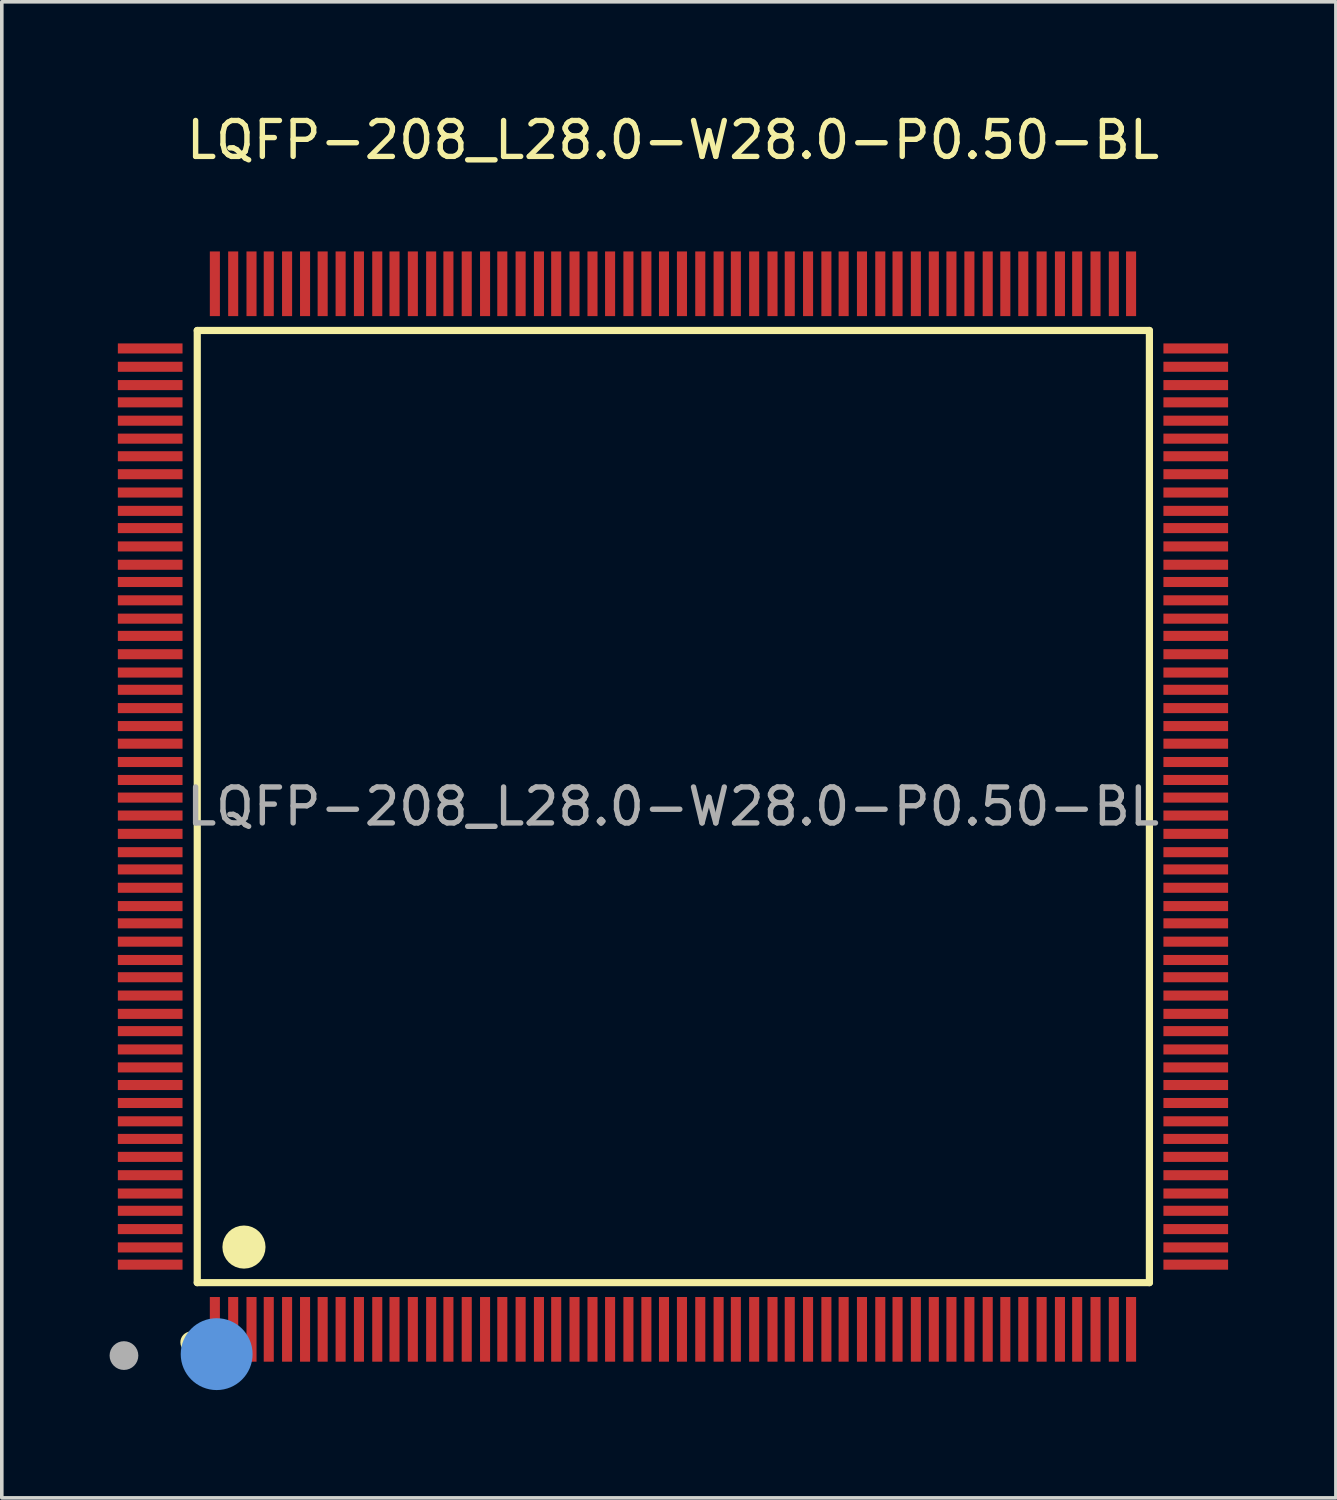
<source format=kicad_pcb>
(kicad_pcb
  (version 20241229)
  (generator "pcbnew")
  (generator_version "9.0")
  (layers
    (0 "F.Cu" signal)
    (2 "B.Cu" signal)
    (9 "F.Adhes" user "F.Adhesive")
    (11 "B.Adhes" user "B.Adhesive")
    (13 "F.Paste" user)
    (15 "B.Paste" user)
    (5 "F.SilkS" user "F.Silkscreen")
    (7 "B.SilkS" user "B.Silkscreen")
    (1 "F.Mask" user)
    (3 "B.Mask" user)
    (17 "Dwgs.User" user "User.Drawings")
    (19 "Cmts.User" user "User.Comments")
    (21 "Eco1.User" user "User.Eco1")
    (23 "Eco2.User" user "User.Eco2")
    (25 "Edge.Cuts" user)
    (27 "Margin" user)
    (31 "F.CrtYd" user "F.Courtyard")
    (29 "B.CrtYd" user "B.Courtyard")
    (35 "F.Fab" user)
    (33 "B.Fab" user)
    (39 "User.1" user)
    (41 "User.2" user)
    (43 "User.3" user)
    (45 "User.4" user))
  (footprint "LQFP-208_L28.0-W28.0-P0.50-BL"
    (layer "F.Cu")
    (at 15.68 19.398)
    (property "Reference" "LQFP-208_L28.0-W28.0-P0.50-BL" (at 0 -18.55 0) (layer "F.SilkS") (effects (font (size 1 1) (thickness 0.15))))
    (attr through_hole)
    (fp_line (start -13.24 -13.25) (end -13.24 13.25) (stroke (width 0.2) (type solid)) (layer "F.SilkS"))
    (fp_line (start -13.24 13.25) (end 13.26 13.25) (stroke (width 0.2) (type solid)) (layer "F.SilkS"))
    (fp_line (start 13.26 -13.25) (end -13.24 -13.25) (stroke (width 0.2) (type solid)) (layer "F.SilkS"))
    (fp_line (start 13.26 13.25) (end 13.26 -13.25) (stroke (width 0.2) (type solid)) (layer "F.SilkS"))
    (fp_arc (start -13.26 14.91) (mid -13.559917 14.914999) (end -13.260333 14.900007) (stroke (width 0.3) (type solid)) (layer "F.SilkS"))
    (fp_arc (start -11.94 12.26) (mid -11.94 12.26) (end -11.94 12.26) (stroke (width 0.6) (type solid)) (layer "F.SilkS"))
    (fp_circle (center -12.7 15.24) (end -12.2 15.24) (stroke (width 1) (type solid)) (fill no) (layer "Cmts.User"))
    (fp_circle (center -15.28 15.28) (end -15.08 15.28) (stroke (width 0.4) (type solid)) (fill no) (layer "F.Fab"))
    (fp_text user "${REFERENCE}" (at 0 0 0) (layer "F.Fab") (effects (font (size 1 1) (thickness 0.15))))
    (pad "1" smd rect (at -12.75 14.55 180) (size 0.28 1.8) (layers "F.Cu" "F.Mask" "F.Paste"))
    (pad "2" smd rect (at -12.24 14.55 180) (size 0.28 1.8) (layers "F.Cu" "F.Mask" "F.Paste"))
    (pad "3" smd rect (at -11.73 14.55 180) (size 0.28 1.8) (layers "F.Cu" "F.Mask" "F.Paste"))
    (pad "4" smd rect (at -11.25 14.55 180) (size 0.28 1.8) (layers "F.Cu" "F.Mask" "F.Paste"))
    (pad "5" smd rect (at -10.74 14.55 180) (size 0.28 1.8) (layers "F.Cu" "F.Mask" "F.Paste"))
    (pad "6" smd rect (at -10.24 14.55 180) (size 0.28 1.8) (layers "F.Cu" "F.Mask" "F.Paste"))
    (pad "7" smd rect (at -9.75 14.55 180) (size 0.28 1.8) (layers "F.Cu" "F.Mask" "F.Paste"))
    (pad "8" smd rect (at -9.25 14.55 180) (size 0.28 1.8) (layers "F.Cu" "F.Mask" "F.Paste"))
    (pad "9" smd rect (at -8.74 14.55 180) (size 0.28 1.8) (layers "F.Cu" "F.Mask" "F.Paste"))
    (pad "10" smd rect (at -8.23 14.55 180) (size 0.28 1.8) (layers "F.Cu" "F.Mask" "F.Paste"))
    (pad "11" smd rect (at -7.75 14.55 180) (size 0.28 1.8) (layers "F.Cu" "F.Mask" "F.Paste"))
    (pad "12" smd rect (at -7.24 14.55 180) (size 0.28 1.8) (layers "F.Cu" "F.Mask" "F.Paste"))
    (pad "13" smd rect (at -6.73 14.55 180) (size 0.28 1.8) (layers "F.Cu" "F.Mask" "F.Paste"))
    (pad "14" smd rect (at -6.25 14.55 180) (size 0.28 1.8) (layers "F.Cu" "F.Mask" "F.Paste"))
    (pad "15" smd rect (at -5.74 14.55 180) (size 0.28 1.8) (layers "F.Cu" "F.Mask" "F.Paste"))
    (pad "16" smd rect (at -5.23 14.55 180) (size 0.28 1.8) (layers "F.Cu" "F.Mask" "F.Paste"))
    (pad "17" smd rect (at -4.75 14.55 180) (size 0.28 1.8) (layers "F.Cu" "F.Mask" "F.Paste"))
    (pad "18" smd rect (at -4.24 14.55 180) (size 0.28 1.8) (layers "F.Cu" "F.Mask" "F.Paste"))
    (pad "19" smd rect (at -3.73 14.55 180) (size 0.28 1.8) (layers "F.Cu" "F.Mask" "F.Paste"))
    (pad "20" smd rect (at -3.25 14.55 180) (size 0.28 1.8) (layers "F.Cu" "F.Mask" "F.Paste"))
    (pad "21" smd rect (at -2.74 14.55 180) (size 0.28 1.8) (layers "F.Cu" "F.Mask" "F.Paste"))
    (pad "22" smd rect (at -2.24 14.55 180) (size 0.28 1.8) (layers "F.Cu" "F.Mask" "F.Paste"))
    (pad "23" smd rect (at -1.75 14.55 180) (size 0.28 1.8) (layers "F.Cu" "F.Mask" "F.Paste"))
    (pad "24" smd rect (at -1.24 14.55 180) (size 0.28 1.8) (layers "F.Cu" "F.Mask" "F.Paste"))
    (pad "25" smd rect (at -0.74 14.55 180) (size 0.28 1.8) (layers "F.Cu" "F.Mask" "F.Paste"))
    (pad "26" smd rect (at -0.25 14.55 180) (size 0.28 1.8) (layers "F.Cu" "F.Mask" "F.Paste"))
    (pad "27" smd rect (at 0.25 14.55 180) (size 0.28 1.8) (layers "F.Cu" "F.Mask" "F.Paste"))
    (pad "28" smd rect (at 0.76 14.55 180) (size 0.28 1.8) (layers "F.Cu" "F.Mask" "F.Paste"))
    (pad "29" smd rect (at 1.27 14.55 180) (size 0.28 1.8) (layers "F.Cu" "F.Mask" "F.Paste"))
    (pad "30" smd rect (at 1.75 14.55 180) (size 0.28 1.8) (layers "F.Cu" "F.Mask" "F.Paste"))
    (pad "31" smd rect (at 2.26 14.55 180) (size 0.28 1.8) (layers "F.Cu" "F.Mask" "F.Paste"))
    (pad "32" smd rect (at 2.77 14.55 180) (size 0.28 1.8) (layers "F.Cu" "F.Mask" "F.Paste"))
    (pad "33" smd rect (at 3.25 14.55 180) (size 0.28 1.8) (layers "F.Cu" "F.Mask" "F.Paste"))
    (pad "34" smd rect (at 3.76 14.55 180) (size 0.28 1.8) (layers "F.Cu" "F.Mask" "F.Paste"))
    (pad "35" smd rect (at 4.27 14.55 180) (size 0.28 1.8) (layers "F.Cu" "F.Mask" "F.Paste"))
    (pad "36" smd rect (at 4.75 14.55 180) (size 0.28 1.8) (layers "F.Cu" "F.Mask" "F.Paste"))
    (pad "37" smd rect (at 5.26 14.55 180) (size 0.28 1.8) (layers "F.Cu" "F.Mask" "F.Paste"))
    (pad "38" smd rect (at 5.77 14.55 180) (size 0.28 1.8) (layers "F.Cu" "F.Mask" "F.Paste"))
    (pad "39" smd rect (at 6.25 14.55 180) (size 0.28 1.8) (layers "F.Cu" "F.Mask" "F.Paste"))
    (pad "40" smd rect (at 6.76 14.55 180) (size 0.28 1.8) (layers "F.Cu" "F.Mask" "F.Paste"))
    (pad "41" smd rect (at 7.26 14.55 180) (size 0.28 1.8) (layers "F.Cu" "F.Mask" "F.Paste"))
    (pad "42" smd rect (at 7.75 14.55 180) (size 0.28 1.8) (layers "F.Cu" "F.Mask" "F.Paste"))
    (pad "43" smd rect (at 8.25 14.55 180) (size 0.28 1.8) (layers "F.Cu" "F.Mask" "F.Paste"))
    (pad "44" smd rect (at 8.76 14.55 180) (size 0.28 1.8) (layers "F.Cu" "F.Mask" "F.Paste"))
    (pad "45" smd rect (at 9.25 14.55 180) (size 0.28 1.8) (layers "F.Cu" "F.Mask" "F.Paste"))
    (pad "46" smd rect (at 9.75 14.55 180) (size 0.28 1.8) (layers "F.Cu" "F.Mask" "F.Paste"))
    (pad "47" smd rect (at 10.26 14.55 180) (size 0.28 1.8) (layers "F.Cu" "F.Mask" "F.Paste"))
    (pad "48" smd rect (at 10.77 14.55 180) (size 0.28 1.8) (layers "F.Cu" "F.Mask" "F.Paste"))
    (pad "49" smd rect (at 11.25 14.55 180) (size 0.28 1.8) (layers "F.Cu" "F.Mask" "F.Paste"))
    (pad "50" smd rect (at 11.76 14.55 180) (size 0.28 1.8) (layers "F.Cu" "F.Mask" "F.Paste"))
    (pad "51" smd rect (at 12.27 14.55 180) (size 0.28 1.8) (layers "F.Cu" "F.Mask" "F.Paste"))
    (pad "52" smd rect (at 12.75 14.55 180) (size 0.28 1.8) (layers "F.Cu" "F.Mask" "F.Paste"))
    (pad "53" smd rect (at 14.55 12.75 90) (size 0.28 1.8) (layers "F.Cu" "F.Mask" "F.Paste"))
    (pad "54" smd rect (at 14.55 12.27 90) (size 0.28 1.8) (layers "F.Cu" "F.Mask" "F.Paste"))
    (pad "55" smd rect (at 14.55 11.76 90) (size 0.28 1.8) (layers "F.Cu" "F.Mask" "F.Paste"))
    (pad "56" smd rect (at 14.55 11.25 90) (size 0.28 1.8) (layers "F.Cu" "F.Mask" "F.Paste"))
    (pad "57" smd rect (at 14.55 10.77 90) (size 0.28 1.8) (layers "F.Cu" "F.Mask" "F.Paste"))
    (pad "58" smd rect (at 14.55 10.26 90) (size 0.28 1.8) (layers "F.Cu" "F.Mask" "F.Paste"))
    (pad "59" smd rect (at 14.55 9.75 90) (size 0.28 1.8) (layers "F.Cu" "F.Mask" "F.Paste"))
    (pad "60" smd rect (at 14.55 9.25 90) (size 0.28 1.8) (layers "F.Cu" "F.Mask" "F.Paste"))
    (pad "61" smd rect (at 14.55 8.76 90) (size 0.28 1.8) (layers "F.Cu" "F.Mask" "F.Paste"))
    (pad "62" smd rect (at 14.55 8.25 90) (size 0.28 1.8) (layers "F.Cu" "F.Mask" "F.Paste"))
    (pad "63" smd rect (at 14.55 7.75 90) (size 0.28 1.8) (layers "F.Cu" "F.Mask" "F.Paste"))
    (pad "64" smd rect (at 14.55 7.26 90) (size 0.28 1.8) (layers "F.Cu" "F.Mask" "F.Paste"))
    (pad "65" smd rect (at 14.55 6.76 90) (size 0.28 1.8) (layers "F.Cu" "F.Mask" "F.Paste"))
    (pad "66" smd rect (at 14.55 6.25 90) (size 0.28 1.8) (layers "F.Cu" "F.Mask" "F.Paste"))
    (pad "67" smd rect (at 14.55 5.77 90) (size 0.28 1.8) (layers "F.Cu" "F.Mask" "F.Paste"))
    (pad "68" smd rect (at 14.55 5.26 90) (size 0.28 1.8) (layers "F.Cu" "F.Mask" "F.Paste"))
    (pad "69" smd rect (at 14.55 4.75 90) (size 0.28 1.8) (layers "F.Cu" "F.Mask" "F.Paste"))
    (pad "70" smd rect (at 14.55 4.27 90) (size 0.28 1.8) (layers "F.Cu" "F.Mask" "F.Paste"))
    (pad "71" smd rect (at 14.55 3.76 90) (size 0.28 1.8) (layers "F.Cu" "F.Mask" "F.Paste"))
    (pad "72" smd rect (at 14.55 3.25 90) (size 0.28 1.8) (layers "F.Cu" "F.Mask" "F.Paste"))
    (pad "73" smd rect (at 14.55 2.77 90) (size 0.28 1.8) (layers "F.Cu" "F.Mask" "F.Paste"))
    (pad "74" smd rect (at 14.55 2.26 90) (size 0.28 1.8) (layers "F.Cu" "F.Mask" "F.Paste"))
    (pad "75" smd rect (at 14.55 1.75 90) (size 0.28 1.8) (layers "F.Cu" "F.Mask" "F.Paste"))
    (pad "76" smd rect (at 14.55 1.27 90) (size 0.28 1.8) (layers "F.Cu" "F.Mask" "F.Paste"))
    (pad "77" smd rect (at 14.55 0.76 90) (size 0.28 1.8) (layers "F.Cu" "F.Mask" "F.Paste"))
    (pad "78" smd rect (at 14.55 0.25 90) (size 0.28 1.8) (layers "F.Cu" "F.Mask" "F.Paste"))
    (pad "79" smd rect (at 14.55 -0.25 90) (size 0.28 1.8) (layers "F.Cu" "F.Mask" "F.Paste"))
    (pad "80" smd rect (at 14.55 -0.74 90) (size 0.28 1.8) (layers "F.Cu" "F.Mask" "F.Paste"))
    (pad "81" smd rect (at 14.55 -1.24 90) (size 0.28 1.8) (layers "F.Cu" "F.Mask" "F.Paste"))
    (pad "82" smd rect (at 14.55 -1.75 90) (size 0.28 1.8) (layers "F.Cu" "F.Mask" "F.Paste"))
    (pad "83" smd rect (at 14.55 -2.24 90) (size 0.28 1.8) (layers "F.Cu" "F.Mask" "F.Paste"))
    (pad "84" smd rect (at 14.55 -2.74 90) (size 0.28 1.8) (layers "F.Cu" "F.Mask" "F.Paste"))
    (pad "85" smd rect (at 14.55 -3.25 90) (size 0.28 1.8) (layers "F.Cu" "F.Mask" "F.Paste"))
    (pad "86" smd rect (at 14.55 -3.73 90) (size 0.28 1.8) (layers "F.Cu" "F.Mask" "F.Paste"))
    (pad "87" smd rect (at 14.55 -4.24 90) (size 0.28 1.8) (layers "F.Cu" "F.Mask" "F.Paste"))
    (pad "88" smd rect (at 14.55 -4.75 90) (size 0.28 1.8) (layers "F.Cu" "F.Mask" "F.Paste"))
    (pad "89" smd rect (at 14.55 -5.23 90) (size 0.28 1.8) (layers "F.Cu" "F.Mask" "F.Paste"))
    (pad "90" smd rect (at 14.55 -5.74 90) (size 0.28 1.8) (layers "F.Cu" "F.Mask" "F.Paste"))
    (pad "91" smd rect (at 14.55 -6.25 90) (size 0.28 1.8) (layers "F.Cu" "F.Mask" "F.Paste"))
    (pad "92" smd rect (at 14.55 -6.73 90) (size 0.28 1.8) (layers "F.Cu" "F.Mask" "F.Paste"))
    (pad "93" smd rect (at 14.55 -7.24 90) (size 0.28 1.8) (layers "F.Cu" "F.Mask" "F.Paste"))
    (pad "94" smd rect (at 14.55 -7.75 90) (size 0.28 1.8) (layers "F.Cu" "F.Mask" "F.Paste"))
    (pad "95" smd rect (at 14.55 -8.23 90) (size 0.28 1.8) (layers "F.Cu" "F.Mask" "F.Paste"))
    (pad "96" smd rect (at 14.55 -8.74 90) (size 0.28 1.8) (layers "F.Cu" "F.Mask" "F.Paste"))
    (pad "97" smd rect (at 14.55 -9.25 90) (size 0.28 1.8) (layers "F.Cu" "F.Mask" "F.Paste"))
    (pad "98" smd rect (at 14.55 -9.75 90) (size 0.28 1.8) (layers "F.Cu" "F.Mask" "F.Paste"))
    (pad "99" smd rect (at 14.55 -10.24 90) (size 0.28 1.8) (layers "F.Cu" "F.Mask" "F.Paste"))
    (pad "100" smd rect (at 14.55 -10.74 90) (size 0.28 1.8) (layers "F.Cu" "F.Mask" "F.Paste"))
    (pad "101" smd rect (at 14.55 -11.25 90) (size 0.28 1.8) (layers "F.Cu" "F.Mask" "F.Paste"))
    (pad "102" smd rect (at 14.55 -11.73 90) (size 0.28 1.8) (layers "F.Cu" "F.Mask" "F.Paste"))
    (pad "103" smd rect (at 14.55 -12.24 90) (size 0.28 1.8) (layers "F.Cu" "F.Mask" "F.Paste"))
    (pad "104" smd rect (at 14.55 -12.75 90) (size 0.28 1.8) (layers "F.Cu" "F.Mask" "F.Paste"))
    (pad "105" smd rect (at 12.75 -14.55 180) (size 0.28 1.8) (layers "F.Cu" "F.Mask" "F.Paste"))
    (pad "106" smd rect (at 12.27 -14.55 180) (size 0.28 1.8) (layers "F.Cu" "F.Mask" "F.Paste"))
    (pad "107" smd rect (at 11.76 -14.55 180) (size 0.28 1.8) (layers "F.Cu" "F.Mask" "F.Paste"))
    (pad "108" smd rect (at 11.25 -14.55 180) (size 0.28 1.8) (layers "F.Cu" "F.Mask" "F.Paste"))
    (pad "109" smd rect (at 10.77 -14.55 180) (size 0.28 1.8) (layers "F.Cu" "F.Mask" "F.Paste"))
    (pad "110" smd rect (at 10.26 -14.55 180) (size 0.28 1.8) (layers "F.Cu" "F.Mask" "F.Paste"))
    (pad "111" smd rect (at 9.75 -14.55 180) (size 0.28 1.8) (layers "F.Cu" "F.Mask" "F.Paste"))
    (pad "112" smd rect (at 9.25 -14.55 180) (size 0.28 1.8) (layers "F.Cu" "F.Mask" "F.Paste"))
    (pad "113" smd rect (at 8.76 -14.55 180) (size 0.28 1.8) (layers "F.Cu" "F.Mask" "F.Paste"))
    (pad "114" smd rect (at 8.25 -14.55 180) (size 0.28 1.8) (layers "F.Cu" "F.Mask" "F.Paste"))
    (pad "115" smd rect (at 7.75 -14.55 180) (size 0.28 1.8) (layers "F.Cu" "F.Mask" "F.Paste"))
    (pad "116" smd rect (at 7.26 -14.55 180) (size 0.28 1.8) (layers "F.Cu" "F.Mask" "F.Paste"))
    (pad "117" smd rect (at 6.76 -14.55 180) (size 0.28 1.8) (layers "F.Cu" "F.Mask" "F.Paste"))
    (pad "118" smd rect (at 6.25 -14.55 180) (size 0.28 1.8) (layers "F.Cu" "F.Mask" "F.Paste"))
    (pad "119" smd rect (at 5.77 -14.55 180) (size 0.28 1.8) (layers "F.Cu" "F.Mask" "F.Paste"))
    (pad "120" smd rect (at 5.26 -14.55 180) (size 0.28 1.8) (layers "F.Cu" "F.Mask" "F.Paste"))
    (pad "121" smd rect (at 4.75 -14.55 180) (size 0.28 1.8) (layers "F.Cu" "F.Mask" "F.Paste"))
    (pad "122" smd rect (at 4.27 -14.55 180) (size 0.28 1.8) (layers "F.Cu" "F.Mask" "F.Paste"))
    (pad "123" smd rect (at 3.76 -14.55 180) (size 0.28 1.8) (layers "F.Cu" "F.Mask" "F.Paste"))
    (pad "124" smd rect (at 3.25 -14.55 180) (size 0.28 1.8) (layers "F.Cu" "F.Mask" "F.Paste"))
    (pad "125" smd rect (at 2.77 -14.55 180) (size 0.28 1.8) (layers "F.Cu" "F.Mask" "F.Paste"))
    (pad "126" smd rect (at 2.26 -14.55 180) (size 0.28 1.8) (layers "F.Cu" "F.Mask" "F.Paste"))
    (pad "127" smd rect (at 1.75 -14.55 180) (size 0.28 1.8) (layers "F.Cu" "F.Mask" "F.Paste"))
    (pad "128" smd rect (at 1.27 -14.55 180) (size 0.28 1.8) (layers "F.Cu" "F.Mask" "F.Paste"))
    (pad "129" smd rect (at 0.76 -14.55 180) (size 0.28 1.8) (layers "F.Cu" "F.Mask" "F.Paste"))
    (pad "130" smd rect (at 0.25 -14.55 180) (size 0.28 1.8) (layers "F.Cu" "F.Mask" "F.Paste"))
    (pad "131" smd rect (at -0.25 -14.55 180) (size 0.28 1.8) (layers "F.Cu" "F.Mask" "F.Paste"))
    (pad "132" smd rect (at -0.74 -14.55 180) (size 0.28 1.8) (layers "F.Cu" "F.Mask" "F.Paste"))
    (pad "133" smd rect (at -1.24 -14.55 180) (size 0.28 1.8) (layers "F.Cu" "F.Mask" "F.Paste"))
    (pad "134" smd rect (at -1.75 -14.55 180) (size 0.28 1.8) (layers "F.Cu" "F.Mask" "F.Paste"))
    (pad "135" smd rect (at -2.24 -14.55 180) (size 0.28 1.8) (layers "F.Cu" "F.Mask" "F.Paste"))
    (pad "136" smd rect (at -2.74 -14.55 180) (size 0.28 1.8) (layers "F.Cu" "F.Mask" "F.Paste"))
    (pad "137" smd rect (at -3.25 -14.55 180) (size 0.28 1.8) (layers "F.Cu" "F.Mask" "F.Paste"))
    (pad "138" smd rect (at -3.73 -14.55 180) (size 0.28 1.8) (layers "F.Cu" "F.Mask" "F.Paste"))
    (pad "139" smd rect (at -4.24 -14.55 180) (size 0.28 1.8) (layers "F.Cu" "F.Mask" "F.Paste"))
    (pad "140" smd rect (at -4.75 -14.55 180) (size 0.28 1.8) (layers "F.Cu" "F.Mask" "F.Paste"))
    (pad "141" smd rect (at -5.23 -14.55 180) (size 0.28 1.8) (layers "F.Cu" "F.Mask" "F.Paste"))
    (pad "142" smd rect (at -5.74 -14.55 180) (size 0.28 1.8) (layers "F.Cu" "F.Mask" "F.Paste"))
    (pad "143" smd rect (at -6.25 -14.55 180) (size 0.28 1.8) (layers "F.Cu" "F.Mask" "F.Paste"))
    (pad "144" smd rect (at -6.73 -14.55 180) (size 0.28 1.8) (layers "F.Cu" "F.Mask" "F.Paste"))
    (pad "145" smd rect (at -7.24 -14.55 180) (size 0.28 1.8) (layers "F.Cu" "F.Mask" "F.Paste"))
    (pad "146" smd rect (at -7.75 -14.55 180) (size 0.28 1.8) (layers "F.Cu" "F.Mask" "F.Paste"))
    (pad "147" smd rect (at -8.23 -14.55 180) (size 0.28 1.8) (layers "F.Cu" "F.Mask" "F.Paste"))
    (pad "148" smd rect (at -8.74 -14.55 180) (size 0.28 1.8) (layers "F.Cu" "F.Mask" "F.Paste"))
    (pad "149" smd rect (at -9.25 -14.55 180) (size 0.28 1.8) (layers "F.Cu" "F.Mask" "F.Paste"))
    (pad "150" smd rect (at -9.75 -14.55 180) (size 0.28 1.8) (layers "F.Cu" "F.Mask" "F.Paste"))
    (pad "151" smd rect (at -10.24 -14.55 180) (size 0.28 1.8) (layers "F.Cu" "F.Mask" "F.Paste"))
    (pad "152" smd rect (at -10.74 -14.55 180) (size 0.28 1.8) (layers "F.Cu" "F.Mask" "F.Paste"))
    (pad "153" smd rect (at -11.25 -14.55 180) (size 0.28 1.8) (layers "F.Cu" "F.Mask" "F.Paste"))
    (pad "154" smd rect (at -11.73 -14.55 180) (size 0.28 1.8) (layers "F.Cu" "F.Mask" "F.Paste"))
    (pad "155" smd rect (at -12.24 -14.55 180) (size 0.28 1.8) (layers "F.Cu" "F.Mask" "F.Paste"))
    (pad "156" smd rect (at -12.75 -14.55 180) (size 0.28 1.8) (layers "F.Cu" "F.Mask" "F.Paste"))
    (pad "157" smd rect (at -14.55 -12.75 90) (size 0.28 1.8) (layers "F.Cu" "F.Mask" "F.Paste"))
    (pad "158" smd rect (at -14.55 -12.24 90) (size 0.28 1.8) (layers "F.Cu" "F.Mask" "F.Paste"))
    (pad "159" smd rect (at -14.55 -11.73 90) (size 0.28 1.8) (layers "F.Cu" "F.Mask" "F.Paste"))
    (pad "160" smd rect (at -14.55 -11.25 90) (size 0.28 1.8) (layers "F.Cu" "F.Mask" "F.Paste"))
    (pad "161" smd rect (at -14.55 -10.74 90) (size 0.28 1.8) (layers "F.Cu" "F.Mask" "F.Paste"))
    (pad "162" smd rect (at -14.55 -10.24 90) (size 0.28 1.8) (layers "F.Cu" "F.Mask" "F.Paste"))
    (pad "163" smd rect (at -14.55 -9.75 90) (size 0.28 1.8) (layers "F.Cu" "F.Mask" "F.Paste"))
    (pad "164" smd rect (at -14.55 -9.25 90) (size 0.28 1.8) (layers "F.Cu" "F.Mask" "F.Paste"))
    (pad "165" smd rect (at -14.55 -8.74 90) (size 0.28 1.8) (layers "F.Cu" "F.Mask" "F.Paste"))
    (pad "166" smd rect (at -14.55 -8.23 90) (size 0.28 1.8) (layers "F.Cu" "F.Mask" "F.Paste"))
    (pad "167" smd rect (at -14.55 -7.75 90) (size 0.28 1.8) (layers "F.Cu" "F.Mask" "F.Paste"))
    (pad "168" smd rect (at -14.55 -7.24 90) (size 0.28 1.8) (layers "F.Cu" "F.Mask" "F.Paste"))
    (pad "169" smd rect (at -14.55 -6.73 90) (size 0.28 1.8) (layers "F.Cu" "F.Mask" "F.Paste"))
    (pad "170" smd rect (at -14.55 -6.25 90) (size 0.28 1.8) (layers "F.Cu" "F.Mask" "F.Paste"))
    (pad "171" smd rect (at -14.55 -5.74 90) (size 0.28 1.8) (layers "F.Cu" "F.Mask" "F.Paste"))
    (pad "172" smd rect (at -14.55 -5.23 90) (size 0.28 1.8) (layers "F.Cu" "F.Mask" "F.Paste"))
    (pad "173" smd rect (at -14.55 -4.75 90) (size 0.28 1.8) (layers "F.Cu" "F.Mask" "F.Paste"))
    (pad "174" smd rect (at -14.55 -4.24 90) (size 0.28 1.8) (layers "F.Cu" "F.Mask" "F.Paste"))
    (pad "175" smd rect (at -14.55 -3.73 90) (size 0.28 1.8) (layers "F.Cu" "F.Mask" "F.Paste"))
    (pad "176" smd rect (at -14.55 -3.25 90) (size 0.28 1.8) (layers "F.Cu" "F.Mask" "F.Paste"))
    (pad "177" smd rect (at -14.55 -2.74 90) (size 0.28 1.8) (layers "F.Cu" "F.Mask" "F.Paste"))
    (pad "178" smd rect (at -14.55 -2.24 90) (size 0.28 1.8) (layers "F.Cu" "F.Mask" "F.Paste"))
    (pad "179" smd rect (at -14.55 -1.75 90) (size 0.28 1.8) (layers "F.Cu" "F.Mask" "F.Paste"))
    (pad "180" smd rect (at -14.55 -1.24 90) (size 0.28 1.8) (layers "F.Cu" "F.Mask" "F.Paste"))
    (pad "181" smd rect (at -14.55 -0.74 90) (size 0.28 1.8) (layers "F.Cu" "F.Mask" "F.Paste"))
    (pad "182" smd rect (at -14.55 -0.25 90) (size 0.28 1.8) (layers "F.Cu" "F.Mask" "F.Paste"))
    (pad "183" smd rect (at -14.55 0.25 90) (size 0.28 1.8) (layers "F.Cu" "F.Mask" "F.Paste"))
    (pad "184" smd rect (at -14.55 0.76 90) (size 0.28 1.8) (layers "F.Cu" "F.Mask" "F.Paste"))
    (pad "185" smd rect (at -14.55 1.27 90) (size 0.28 1.8) (layers "F.Cu" "F.Mask" "F.Paste"))
    (pad "186" smd rect (at -14.55 1.75 90) (size 0.28 1.8) (layers "F.Cu" "F.Mask" "F.Paste"))
    (pad "187" smd rect (at -14.55 2.26 90) (size 0.28 1.8) (layers "F.Cu" "F.Mask" "F.Paste"))
    (pad "188" smd rect (at -14.55 2.77 90) (size 0.28 1.8) (layers "F.Cu" "F.Mask" "F.Paste"))
    (pad "189" smd rect (at -14.55 3.25 90) (size 0.28 1.8) (layers "F.Cu" "F.Mask" "F.Paste"))
    (pad "190" smd rect (at -14.55 3.76 90) (size 0.28 1.8) (layers "F.Cu" "F.Mask" "F.Paste"))
    (pad "191" smd rect (at -14.55 4.27 90) (size 0.28 1.8) (layers "F.Cu" "F.Mask" "F.Paste"))
    (pad "192" smd rect (at -14.55 4.75 90) (size 0.28 1.8) (layers "F.Cu" "F.Mask" "F.Paste"))
    (pad "193" smd rect (at -14.55 5.26 90) (size 0.28 1.8) (layers "F.Cu" "F.Mask" "F.Paste"))
    (pad "194" smd rect (at -14.55 5.77 90) (size 0.28 1.8) (layers "F.Cu" "F.Mask" "F.Paste"))
    (pad "195" smd rect (at -14.55 6.25 90) (size 0.28 1.8) (layers "F.Cu" "F.Mask" "F.Paste"))
    (pad "196" smd rect (at -14.55 6.76 90) (size 0.28 1.8) (layers "F.Cu" "F.Mask" "F.Paste"))
    (pad "197" smd rect (at -14.55 7.26 90) (size 0.28 1.8) (layers "F.Cu" "F.Mask" "F.Paste"))
    (pad "198" smd rect (at -14.55 7.75 90) (size 0.28 1.8) (layers "F.Cu" "F.Mask" "F.Paste"))
    (pad "199" smd rect (at -14.55 8.25 90) (size 0.28 1.8) (layers "F.Cu" "F.Mask" "F.Paste"))
    (pad "200" smd rect (at -14.55 8.76 90) (size 0.28 1.8) (layers "F.Cu" "F.Mask" "F.Paste"))
    (pad "201" smd rect (at -14.55 9.25 90) (size 0.28 1.8) (layers "F.Cu" "F.Mask" "F.Paste"))
    (pad "202" smd rect (at -14.55 9.75 90) (size 0.28 1.8) (layers "F.Cu" "F.Mask" "F.Paste"))
    (pad "203" smd rect (at -14.55 10.26 90) (size 0.28 1.8) (layers "F.Cu" "F.Mask" "F.Paste"))
    (pad "204" smd rect (at -14.55 10.77 90) (size 0.28 1.8) (layers "F.Cu" "F.Mask" "F.Paste"))
    (pad "205" smd rect (at -14.55 11.25 90) (size 0.28 1.8) (layers "F.Cu" "F.Mask" "F.Paste"))
    (pad "206" smd rect (at -14.55 11.76 90) (size 0.28 1.8) (layers "F.Cu" "F.Mask" "F.Paste"))
    (pad "207" smd rect (at -14.55 12.27 90) (size 0.28 1.8) (layers "F.Cu" "F.Mask" "F.Paste"))
    (pad "208" smd rect (at -14.55 12.75 90) (size 0.28 1.8) (layers "F.Cu" "F.Mask" "F.Paste")))
  (gr_rect
    (start -3 -3)
    (end 34.13 38.638)
    (stroke (width 0.1) (type default))
    (fill no)
    (layer "Edge.Cuts")))
</source>
